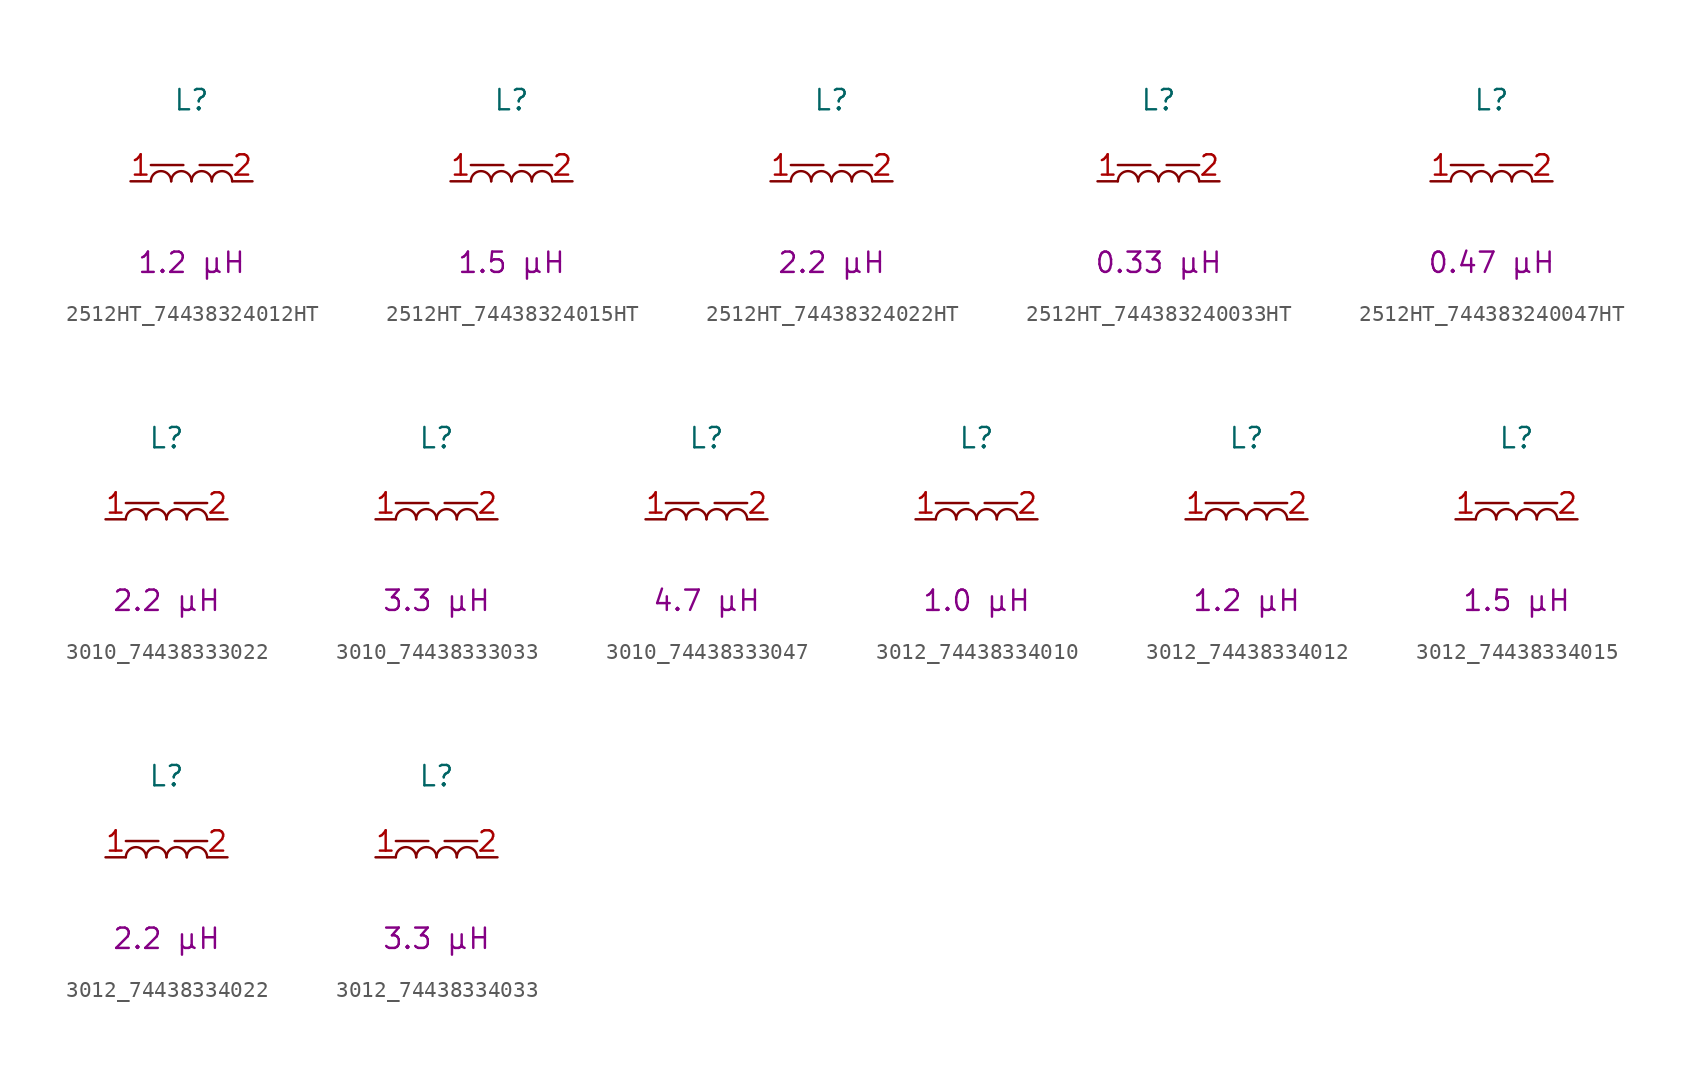
<source format=kicad_sym>
(kicad_symbol_lib
  (version 20241209)
  (generator "kicad_symbol_editor")
  (generator_version "9.0")
  (symbol "2512HT_74438324012HT"
    (pin_names
      (hide yes))
    (property "Reference" "L"
      (at 0 5.08 0)
      (effects (font (size 1.27 1.27))))
    (property "Critical Parameter" "1.2 µH"
      (at 0 -5.08 0)
      (effects (font (size 1.27 1.27))))
    (symbol "2512HT_74438324012HT_0_1"
      (polyline (pts (xy -2.54 1.016) (xy -0.508 1.016)) (stroke (width 0) (type default)) (fill (type none)))
      (arc (start -2.54 0) (mid -1.905 0.6323) (end -1.27 0) (stroke (width 0) (type default)) (fill (type none)))
      (arc (start -1.27 0) (mid -0.635 0.6323) (end 0 0) (stroke (width 0) (type default)) (fill (type none)))
      (arc (start 0 0) (mid 0.635 0.6323) (end 1.27 0) (stroke (width 0) (type default)) (fill (type none)))
      (arc (start 1.27 0) (mid 1.905 0.6323) (end 2.54 0) (stroke (width 0) (type default)) (fill (type none))))
    (symbol "2512HT_74438324012HT_1_1"
      (polyline (pts (xy 2.54 1.016) (xy 0.508 1.016)) (stroke (width 0) (type default)) (fill (type none)))
      (pin passive line (at -3.81 0 0) (length 1.27) (name "1" (effects (font (size 1.27 1.27)))) (number "1" (effects (font (size 1.27 1.27)))))
      (pin passive line (at 3.81 0 180) (length 1.27) (name "2" (effects (font (size 1.27 1.27)))) (number "2" (effects (font (size 1.27 1.27)))))))
  (symbol "2512HT_74438324015HT"
    (pin_names
      (hide yes))
    (property "Reference" "L"
      (at 0 5.08 0)
      (effects (font (size 1.27 1.27))))
    (property "Critical Parameter" "1.5 µH"
      (at 0 -5.08 0)
      (effects (font (size 1.27 1.27))))
    (symbol "2512HT_74438324015HT_0_1"
      (polyline (pts (xy -2.54 1.016) (xy -0.508 1.016)) (stroke (width 0) (type default)) (fill (type none)))
      (arc (start -2.54 0) (mid -1.905 0.6323) (end -1.27 0) (stroke (width 0) (type default)) (fill (type none)))
      (arc (start -1.27 0) (mid -0.635 0.6323) (end 0 0) (stroke (width 0) (type default)) (fill (type none)))
      (arc (start 0 0) (mid 0.635 0.6323) (end 1.27 0) (stroke (width 0) (type default)) (fill (type none)))
      (arc (start 1.27 0) (mid 1.905 0.6323) (end 2.54 0) (stroke (width 0) (type default)) (fill (type none))))
    (symbol "2512HT_74438324015HT_1_1"
      (polyline (pts (xy 2.54 1.016) (xy 0.508 1.016)) (stroke (width 0) (type default)) (fill (type none)))
      (pin passive line (at -3.81 0 0) (length 1.27) (name "1" (effects (font (size 1.27 1.27)))) (number "1" (effects (font (size 1.27 1.27)))))
      (pin passive line (at 3.81 0 180) (length 1.27) (name "2" (effects (font (size 1.27 1.27)))) (number "2" (effects (font (size 1.27 1.27)))))))
  (symbol "2512HT_74438324022HT"
    (pin_names
      (hide yes))
    (property "Reference" "L"
      (at 0 5.08 0)
      (effects (font (size 1.27 1.27))))
    (property "Critical Parameter" "2.2 µH"
      (at 0 -5.08 0)
      (effects (font (size 1.27 1.27))))
    (symbol "2512HT_74438324022HT_0_1"
      (polyline (pts (xy -2.54 1.016) (xy -0.508 1.016)) (stroke (width 0) (type default)) (fill (type none)))
      (arc (start -2.54 0) (mid -1.905 0.6323) (end -1.27 0) (stroke (width 0) (type default)) (fill (type none)))
      (arc (start -1.27 0) (mid -0.635 0.6323) (end 0 0) (stroke (width 0) (type default)) (fill (type none)))
      (arc (start 0 0) (mid 0.635 0.6323) (end 1.27 0) (stroke (width 0) (type default)) (fill (type none)))
      (arc (start 1.27 0) (mid 1.905 0.6323) (end 2.54 0) (stroke (width 0) (type default)) (fill (type none))))
    (symbol "2512HT_74438324022HT_1_1"
      (polyline (pts (xy 2.54 1.016) (xy 0.508 1.016)) (stroke (width 0) (type default)) (fill (type none)))
      (pin passive line (at -3.81 0 0) (length 1.27) (name "1" (effects (font (size 1.27 1.27)))) (number "1" (effects (font (size 1.27 1.27)))))
      (pin passive line (at 3.81 0 180) (length 1.27) (name "2" (effects (font (size 1.27 1.27)))) (number "2" (effects (font (size 1.27 1.27)))))))
  (symbol "2512HT_744383240033HT"
    (pin_names
      (hide yes))
    (property "Reference" "L"
      (at 0 5.08 0)
      (effects (font (size 1.27 1.27))))
    (property "Critical Parameter" "0.33 µH"
      (at 0 -5.08 0)
      (effects (font (size 1.27 1.27))))
    (symbol "2512HT_744383240033HT_0_1"
      (polyline (pts (xy -2.54 1.016) (xy -0.508 1.016)) (stroke (width 0) (type default)) (fill (type none)))
      (arc (start -2.54 0) (mid -1.905 0.6323) (end -1.27 0) (stroke (width 0) (type default)) (fill (type none)))
      (arc (start -1.27 0) (mid -0.635 0.6323) (end 0 0) (stroke (width 0) (type default)) (fill (type none)))
      (arc (start 0 0) (mid 0.635 0.6323) (end 1.27 0) (stroke (width 0) (type default)) (fill (type none)))
      (arc (start 1.27 0) (mid 1.905 0.6323) (end 2.54 0) (stroke (width 0) (type default)) (fill (type none))))
    (symbol "2512HT_744383240033HT_1_1"
      (polyline (pts (xy 2.54 1.016) (xy 0.508 1.016)) (stroke (width 0) (type default)) (fill (type none)))
      (pin passive line (at -3.81 0 0) (length 1.27) (name "1" (effects (font (size 1.27 1.27)))) (number "1" (effects (font (size 1.27 1.27)))))
      (pin passive line (at 3.81 0 180) (length 1.27) (name "2" (effects (font (size 1.27 1.27)))) (number "2" (effects (font (size 1.27 1.27)))))))
  (symbol "2512HT_744383240047HT"
    (pin_names
      (hide yes))
    (property "Reference" "L"
      (at 0 5.08 0)
      (effects (font (size 1.27 1.27))))
    (property "Critical Parameter" "0.47 µH"
      (at 0 -5.08 0)
      (effects (font (size 1.27 1.27))))
    (symbol "2512HT_744383240047HT_0_1"
      (polyline (pts (xy -2.54 1.016) (xy -0.508 1.016)) (stroke (width 0) (type default)) (fill (type none)))
      (arc (start -2.54 0) (mid -1.905 0.6323) (end -1.27 0) (stroke (width 0) (type default)) (fill (type none)))
      (arc (start -1.27 0) (mid -0.635 0.6323) (end 0 0) (stroke (width 0) (type default)) (fill (type none)))
      (arc (start 0 0) (mid 0.635 0.6323) (end 1.27 0) (stroke (width 0) (type default)) (fill (type none)))
      (arc (start 1.27 0) (mid 1.905 0.6323) (end 2.54 0) (stroke (width 0) (type default)) (fill (type none))))
    (symbol "2512HT_744383240047HT_1_1"
      (polyline (pts (xy 2.54 1.016) (xy 0.508 1.016)) (stroke (width 0) (type default)) (fill (type none)))
      (pin passive line (at -3.81 0 0) (length 1.27) (name "1" (effects (font (size 1.27 1.27)))) (number "1" (effects (font (size 1.27 1.27)))))
      (pin passive line (at 3.81 0 180) (length 1.27) (name "2" (effects (font (size 1.27 1.27)))) (number "2" (effects (font (size 1.27 1.27)))))))
  (symbol "3010_74438333022"
    (pin_names
      (hide yes))
    (property "Reference" "L"
      (at 0 5.08 0)
      (effects (font (size 1.27 1.27))))
    (property "Critical Parameter" "2.2 µH"
      (at 0 -5.08 0)
      (effects (font (size 1.27 1.27))))
    (symbol "3010_74438333022_0_1"
      (polyline (pts (xy -2.54 1.016) (xy -0.508 1.016)) (stroke (width 0) (type default)) (fill (type none)))
      (arc (start -2.54 0) (mid -1.905 0.6323) (end -1.27 0) (stroke (width 0) (type default)) (fill (type none)))
      (arc (start -1.27 0) (mid -0.635 0.6323) (end 0 0) (stroke (width 0) (type default)) (fill (type none)))
      (arc (start 0 0) (mid 0.635 0.6323) (end 1.27 0) (stroke (width 0) (type default)) (fill (type none)))
      (arc (start 1.27 0) (mid 1.905 0.6323) (end 2.54 0) (stroke (width 0) (type default)) (fill (type none))))
    (symbol "3010_74438333022_1_1"
      (polyline (pts (xy 2.54 1.016) (xy 0.508 1.016)) (stroke (width 0) (type default)) (fill (type none)))
      (pin passive line (at -3.81 0 0) (length 1.27) (name "1" (effects (font (size 1.27 1.27)))) (number "1" (effects (font (size 1.27 1.27)))))
      (pin passive line (at 3.81 0 180) (length 1.27) (name "2" (effects (font (size 1.27 1.27)))) (number "2" (effects (font (size 1.27 1.27)))))))
  (symbol "3010_74438333033"
    (pin_names
      (hide yes))
    (property "Reference" "L"
      (at 0 5.08 0)
      (effects (font (size 1.27 1.27))))
    (property "Critical Parameter" "3.3 µH"
      (at 0 -5.08 0)
      (effects (font (size 1.27 1.27))))
    (symbol "3010_74438333033_0_1"
      (polyline (pts (xy -2.54 1.016) (xy -0.508 1.016)) (stroke (width 0) (type default)) (fill (type none)))
      (arc (start -2.54 0) (mid -1.905 0.6323) (end -1.27 0) (stroke (width 0) (type default)) (fill (type none)))
      (arc (start -1.27 0) (mid -0.635 0.6323) (end 0 0) (stroke (width 0) (type default)) (fill (type none)))
      (arc (start 0 0) (mid 0.635 0.6323) (end 1.27 0) (stroke (width 0) (type default)) (fill (type none)))
      (arc (start 1.27 0) (mid 1.905 0.6323) (end 2.54 0) (stroke (width 0) (type default)) (fill (type none))))
    (symbol "3010_74438333033_1_1"
      (polyline (pts (xy 2.54 1.016) (xy 0.508 1.016)) (stroke (width 0) (type default)) (fill (type none)))
      (pin passive line (at -3.81 0 0) (length 1.27) (name "1" (effects (font (size 1.27 1.27)))) (number "1" (effects (font (size 1.27 1.27)))))
      (pin passive line (at 3.81 0 180) (length 1.27) (name "2" (effects (font (size 1.27 1.27)))) (number "2" (effects (font (size 1.27 1.27)))))))
  (symbol "3010_74438333047"
    (pin_names
      (hide yes))
    (property "Reference" "L"
      (at 0 5.08 0)
      (effects (font (size 1.27 1.27))))
    (property "Critical Parameter" "4.7 µH"
      (at 0 -5.08 0)
      (effects (font (size 1.27 1.27))))
    (symbol "3010_74438333047_0_1"
      (polyline (pts (xy -2.54 1.016) (xy -0.508 1.016)) (stroke (width 0) (type default)) (fill (type none)))
      (arc (start -2.54 0) (mid -1.905 0.6323) (end -1.27 0) (stroke (width 0) (type default)) (fill (type none)))
      (arc (start -1.27 0) (mid -0.635 0.6323) (end 0 0) (stroke (width 0) (type default)) (fill (type none)))
      (arc (start 0 0) (mid 0.635 0.6323) (end 1.27 0) (stroke (width 0) (type default)) (fill (type none)))
      (arc (start 1.27 0) (mid 1.905 0.6323) (end 2.54 0) (stroke (width 0) (type default)) (fill (type none))))
    (symbol "3010_74438333047_1_1"
      (polyline (pts (xy 2.54 1.016) (xy 0.508 1.016)) (stroke (width 0) (type default)) (fill (type none)))
      (pin passive line (at -3.81 0 0) (length 1.27) (name "1" (effects (font (size 1.27 1.27)))) (number "1" (effects (font (size 1.27 1.27)))))
      (pin passive line (at 3.81 0 180) (length 1.27) (name "2" (effects (font (size 1.27 1.27)))) (number "2" (effects (font (size 1.27 1.27)))))))
  (symbol "3012_74438334010"
    (pin_names
      (hide yes))
    (property "Reference" "L"
      (at 0 5.08 0)
      (effects (font (size 1.27 1.27))))
    (property "Critical Parameter" "1.0 µH"
      (at 0 -5.08 0)
      (effects (font (size 1.27 1.27))))
    (symbol "3012_74438334010_0_1"
      (polyline (pts (xy -2.54 1.016) (xy -0.508 1.016)) (stroke (width 0) (type default)) (fill (type none)))
      (arc (start -2.54 0) (mid -1.905 0.6323) (end -1.27 0) (stroke (width 0) (type default)) (fill (type none)))
      (arc (start -1.27 0) (mid -0.635 0.6323) (end 0 0) (stroke (width 0) (type default)) (fill (type none)))
      (arc (start 0 0) (mid 0.635 0.6323) (end 1.27 0) (stroke (width 0) (type default)) (fill (type none)))
      (arc (start 1.27 0) (mid 1.905 0.6323) (end 2.54 0) (stroke (width 0) (type default)) (fill (type none))))
    (symbol "3012_74438334010_1_1"
      (polyline (pts (xy 2.54 1.016) (xy 0.508 1.016)) (stroke (width 0) (type default)) (fill (type none)))
      (pin passive line (at -3.81 0 0) (length 1.27) (name "1" (effects (font (size 1.27 1.27)))) (number "1" (effects (font (size 1.27 1.27)))))
      (pin passive line (at 3.81 0 180) (length 1.27) (name "2" (effects (font (size 1.27 1.27)))) (number "2" (effects (font (size 1.27 1.27)))))))
  (symbol "3012_74438334012"
    (pin_names
      (hide yes))
    (property "Reference" "L"
      (at 0 5.08 0)
      (effects (font (size 1.27 1.27))))
    (property "Critical Parameter" "1.2 µH"
      (at 0 -5.08 0)
      (effects (font (size 1.27 1.27))))
    (symbol "3012_74438334012_0_1"
      (polyline (pts (xy -2.54 1.016) (xy -0.508 1.016)) (stroke (width 0) (type default)) (fill (type none)))
      (arc (start -2.54 0) (mid -1.905 0.6323) (end -1.27 0) (stroke (width 0) (type default)) (fill (type none)))
      (arc (start -1.27 0) (mid -0.635 0.6323) (end 0 0) (stroke (width 0) (type default)) (fill (type none)))
      (arc (start 0 0) (mid 0.635 0.6323) (end 1.27 0) (stroke (width 0) (type default)) (fill (type none)))
      (arc (start 1.27 0) (mid 1.905 0.6323) (end 2.54 0) (stroke (width 0) (type default)) (fill (type none))))
    (symbol "3012_74438334012_1_1"
      (polyline (pts (xy 2.54 1.016) (xy 0.508 1.016)) (stroke (width 0) (type default)) (fill (type none)))
      (pin passive line (at -3.81 0 0) (length 1.27) (name "1" (effects (font (size 1.27 1.27)))) (number "1" (effects (font (size 1.27 1.27)))))
      (pin passive line (at 3.81 0 180) (length 1.27) (name "2" (effects (font (size 1.27 1.27)))) (number "2" (effects (font (size 1.27 1.27)))))))
  (symbol "3012_74438334015"
    (pin_names
      (hide yes))
    (property "Reference" "L"
      (at 0 5.08 0)
      (effects (font (size 1.27 1.27))))
    (property "Critical Parameter" "1.5 µH"
      (at 0 -5.08 0)
      (effects (font (size 1.27 1.27))))
    (symbol "3012_74438334015_0_1"
      (polyline (pts (xy -2.54 1.016) (xy -0.508 1.016)) (stroke (width 0) (type default)) (fill (type none)))
      (arc (start -2.54 0) (mid -1.905 0.6323) (end -1.27 0) (stroke (width 0) (type default)) (fill (type none)))
      (arc (start -1.27 0) (mid -0.635 0.6323) (end 0 0) (stroke (width 0) (type default)) (fill (type none)))
      (arc (start 0 0) (mid 0.635 0.6323) (end 1.27 0) (stroke (width 0) (type default)) (fill (type none)))
      (arc (start 1.27 0) (mid 1.905 0.6323) (end 2.54 0) (stroke (width 0) (type default)) (fill (type none))))
    (symbol "3012_74438334015_1_1"
      (polyline (pts (xy 2.54 1.016) (xy 0.508 1.016)) (stroke (width 0) (type default)) (fill (type none)))
      (pin passive line (at -3.81 0 0) (length 1.27) (name "1" (effects (font (size 1.27 1.27)))) (number "1" (effects (font (size 1.27 1.27)))))
      (pin passive line (at 3.81 0 180) (length 1.27) (name "2" (effects (font (size 1.27 1.27)))) (number "2" (effects (font (size 1.27 1.27)))))))
  (symbol "3012_74438334022"
    (pin_names
      (hide yes))
    (property "Reference" "L"
      (at 0 5.08 0)
      (effects (font (size 1.27 1.27))))
    (property "Critical Parameter" "2.2 µH"
      (at 0 -5.08 0)
      (effects (font (size 1.27 1.27))))
    (symbol "3012_74438334022_0_1"
      (polyline (pts (xy -2.54 1.016) (xy -0.508 1.016)) (stroke (width 0) (type default)) (fill (type none)))
      (arc (start -2.54 0) (mid -1.905 0.6323) (end -1.27 0) (stroke (width 0) (type default)) (fill (type none)))
      (arc (start -1.27 0) (mid -0.635 0.6323) (end 0 0) (stroke (width 0) (type default)) (fill (type none)))
      (arc (start 0 0) (mid 0.635 0.6323) (end 1.27 0) (stroke (width 0) (type default)) (fill (type none)))
      (arc (start 1.27 0) (mid 1.905 0.6323) (end 2.54 0) (stroke (width 0) (type default)) (fill (type none))))
    (symbol "3012_74438334022_1_1"
      (polyline (pts (xy 2.54 1.016) (xy 0.508 1.016)) (stroke (width 0) (type default)) (fill (type none)))
      (pin passive line (at -3.81 0 0) (length 1.27) (name "1" (effects (font (size 1.27 1.27)))) (number "1" (effects (font (size 1.27 1.27)))))
      (pin passive line (at 3.81 0 180) (length 1.27) (name "2" (effects (font (size 1.27 1.27)))) (number "2" (effects (font (size 1.27 1.27)))))))
  (symbol "3012_74438334033"
    (pin_names
      (hide yes))
    (property "Reference" "L"
      (at 0 5.08 0)
      (effects (font (size 1.27 1.27))))
    (property "Critical Parameter" "3.3 µH"
      (at 0 -5.08 0)
      (effects (font (size 1.27 1.27))))
    (symbol "3012_74438334033_0_1"
      (polyline (pts (xy -2.54 1.016) (xy -0.508 1.016)) (stroke (width 0) (type default)) (fill (type none)))
      (arc (start -2.54 0) (mid -1.905 0.6323) (end -1.27 0) (stroke (width 0) (type default)) (fill (type none)))
      (arc (start -1.27 0) (mid -0.635 0.6323) (end 0 0) (stroke (width 0) (type default)) (fill (type none)))
      (arc (start 0 0) (mid 0.635 0.6323) (end 1.27 0) (stroke (width 0) (type default)) (fill (type none)))
      (arc (start 1.27 0) (mid 1.905 0.6323) (end 2.54 0) (stroke (width 0) (type default)) (fill (type none))))
    (symbol "3012_74438334033_1_1"
      (polyline (pts (xy 2.54 1.016) (xy 0.508 1.016)) (stroke (width 0) (type default)) (fill (type none)))
      (pin passive line (at -3.81 0 0) (length 1.27) (name "1" (effects (font (size 1.27 1.27)))) (number "1" (effects (font (size 1.27 1.27)))))
      (pin passive line (at 3.81 0 180) (length 1.27) (name "2" (effects (font (size 1.27 1.27)))) (number "2" (effects (font (size 1.27 1.27))))))))
</source>
